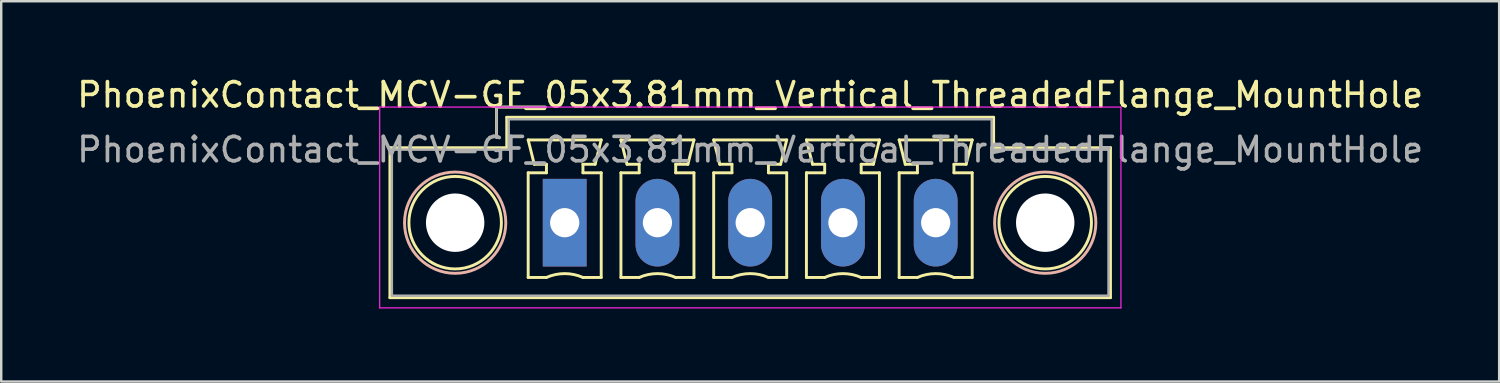
<source format=kicad_pcb>
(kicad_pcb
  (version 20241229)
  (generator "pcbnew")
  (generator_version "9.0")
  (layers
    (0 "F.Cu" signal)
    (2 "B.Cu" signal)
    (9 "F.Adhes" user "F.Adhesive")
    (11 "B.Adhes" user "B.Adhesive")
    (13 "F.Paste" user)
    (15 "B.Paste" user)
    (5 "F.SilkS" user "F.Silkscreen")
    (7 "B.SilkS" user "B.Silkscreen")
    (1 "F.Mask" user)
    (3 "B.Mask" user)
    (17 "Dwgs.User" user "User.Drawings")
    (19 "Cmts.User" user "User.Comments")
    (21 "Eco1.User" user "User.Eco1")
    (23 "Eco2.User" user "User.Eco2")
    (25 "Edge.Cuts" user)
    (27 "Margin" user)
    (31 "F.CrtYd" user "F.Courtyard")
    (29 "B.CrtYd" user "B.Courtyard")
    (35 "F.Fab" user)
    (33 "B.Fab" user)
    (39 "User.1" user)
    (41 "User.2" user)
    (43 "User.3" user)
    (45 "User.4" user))
  (footprint "PhoenixContact_MCV-GF_05x3.81mm_Vertical_ThreadedFlange_MountHole"
    (layer "F.Cu")
    (at 20.148 6.098)
    (property "Reference" "PhoenixContact_MCV-GF_05x3.81mm_Vertical_ThreadedFlange_MountHole" (at 7.62 -5.25 0) (layer "F.SilkS") (effects (font (size 1 1) (thickness 0.15))))
    (attr through_hole)
    (fp_line (start -7.18 -3.08) (end -7.18 3.08) (stroke (width 0.12) (type solid)) (layer "F.SilkS"))
    (fp_line (start -7.18 3.08) (end 22.42 3.08) (stroke (width 0.12) (type solid)) (layer "F.SilkS"))
    (fp_line (start -2.8 -4.75) (end -0.8 -4.75) (stroke (width 0.12) (type solid)) (layer "F.SilkS"))
    (fp_line (start -2.8 -3.5) (end -2.8 -4.75) (stroke (width 0.12) (type solid)) (layer "F.SilkS"))
    (fp_line (start -2.38 -4.33) (end -2.38 -3.08) (stroke (width 0.12) (type solid)) (layer "F.SilkS"))
    (fp_line (start -2.38 -3.08) (end -7.18 -3.08) (stroke (width 0.12) (type solid)) (layer "F.SilkS"))
    (fp_line (start -1.5 -3.4) (end 1.5 -3.4) (stroke (width 0.12) (type solid)) (layer "F.SilkS"))
    (fp_line (start -1.5 -2.05) (end -0.75 -2.05) (stroke (width 0.12) (type solid)) (layer "F.SilkS"))
    (fp_line (start -1.5 2.25) (end -1.5 -2.05) (stroke (width 0.12) (type solid)) (layer "F.SilkS"))
    (fp_line (start -1.25 -2.4) (end -1.5 -3.4) (stroke (width 0.12) (type solid)) (layer "F.SilkS"))
    (fp_line (start -0.75 -2.4) (end -1.25 -2.4) (stroke (width 0.12) (type solid)) (layer "F.SilkS"))
    (fp_line (start -0.75 -2.05) (end -0.75 -2.4) (stroke (width 0.12) (type solid)) (layer "F.SilkS"))
    (fp_line (start -0.75 2.25) (end -1.5 2.25) (stroke (width 0.12) (type solid)) (layer "F.SilkS"))
    (fp_line (start 0.75 -2.4) (end 0.75 -2.05) (stroke (width 0.12) (type solid)) (layer "F.SilkS"))
    (fp_line (start 0.75 -2.05) (end 1.5 -2.05) (stroke (width 0.12) (type solid)) (layer "F.SilkS"))
    (fp_line (start 1.25 -2.4) (end 0.75 -2.4) (stroke (width 0.12) (type solid)) (layer "F.SilkS"))
    (fp_line (start 1.5 -3.4) (end 1.25 -2.4) (stroke (width 0.12) (type solid)) (layer "F.SilkS"))
    (fp_line (start 1.5 -2.05) (end 1.5 2.25) (stroke (width 0.12) (type solid)) (layer "F.SilkS"))
    (fp_line (start 1.5 2.25) (end 0.75 2.25) (stroke (width 0.12) (type solid)) (layer "F.SilkS"))
    (fp_line (start 2.31 -3.4) (end 5.31 -3.4) (stroke (width 0.12) (type solid)) (layer "F.SilkS"))
    (fp_line (start 2.31 -2.05) (end 3.06 -2.05) (stroke (width 0.12) (type solid)) (layer "F.SilkS"))
    (fp_line (start 2.31 2.25) (end 2.31 -2.05) (stroke (width 0.12) (type solid)) (layer "F.SilkS"))
    (fp_line (start 2.56 -2.4) (end 2.31 -3.4) (stroke (width 0.12) (type solid)) (layer "F.SilkS"))
    (fp_line (start 3.06 -2.4) (end 2.56 -2.4) (stroke (width 0.12) (type solid)) (layer "F.SilkS"))
    (fp_line (start 3.06 -2.05) (end 3.06 -2.4) (stroke (width 0.12) (type solid)) (layer "F.SilkS"))
    (fp_line (start 3.06 2.25) (end 2.31 2.25) (stroke (width 0.12) (type solid)) (layer "F.SilkS"))
    (fp_line (start 4.56 -2.4) (end 4.56 -2.05) (stroke (width 0.12) (type solid)) (layer "F.SilkS"))
    (fp_line (start 4.56 -2.05) (end 5.31 -2.05) (stroke (width 0.12) (type solid)) (layer "F.SilkS"))
    (fp_line (start 5.06 -2.4) (end 4.56 -2.4) (stroke (width 0.12) (type solid)) (layer "F.SilkS"))
    (fp_line (start 5.31 -3.4) (end 5.06 -2.4) (stroke (width 0.12) (type solid)) (layer "F.SilkS"))
    (fp_line (start 5.31 -2.05) (end 5.31 2.25) (stroke (width 0.12) (type solid)) (layer "F.SilkS"))
    (fp_line (start 5.31 2.25) (end 4.56 2.25) (stroke (width 0.12) (type solid)) (layer "F.SilkS"))
    (fp_line (start 6.12 -3.4) (end 9.12 -3.4) (stroke (width 0.12) (type solid)) (layer "F.SilkS"))
    (fp_line (start 6.12 -2.05) (end 6.87 -2.05) (stroke (width 0.12) (type solid)) (layer "F.SilkS"))
    (fp_line (start 6.12 2.25) (end 6.12 -2.05) (stroke (width 0.12) (type solid)) (layer "F.SilkS"))
    (fp_line (start 6.37 -2.4) (end 6.12 -3.4) (stroke (width 0.12) (type solid)) (layer "F.SilkS"))
    (fp_line (start 6.87 -2.4) (end 6.37 -2.4) (stroke (width 0.12) (type solid)) (layer "F.SilkS"))
    (fp_line (start 6.87 -2.05) (end 6.87 -2.4) (stroke (width 0.12) (type solid)) (layer "F.SilkS"))
    (fp_line (start 6.87 2.25) (end 6.12 2.25) (stroke (width 0.12) (type solid)) (layer "F.SilkS"))
    (fp_line (start 8.37 -2.4) (end 8.37 -2.05) (stroke (width 0.12) (type solid)) (layer "F.SilkS"))
    (fp_line (start 8.37 -2.05) (end 9.12 -2.05) (stroke (width 0.12) (type solid)) (layer "F.SilkS"))
    (fp_line (start 8.87 -2.4) (end 8.37 -2.4) (stroke (width 0.12) (type solid)) (layer "F.SilkS"))
    (fp_line (start 9.12 -3.4) (end 8.87 -2.4) (stroke (width 0.12) (type solid)) (layer "F.SilkS"))
    (fp_line (start 9.12 -2.05) (end 9.12 2.25) (stroke (width 0.12) (type solid)) (layer "F.SilkS"))
    (fp_line (start 9.12 2.25) (end 8.37 2.25) (stroke (width 0.12) (type solid)) (layer "F.SilkS"))
    (fp_line (start 9.93 -3.4) (end 12.93 -3.4) (stroke (width 0.12) (type solid)) (layer "F.SilkS"))
    (fp_line (start 9.93 -2.05) (end 10.68 -2.05) (stroke (width 0.12) (type solid)) (layer "F.SilkS"))
    (fp_line (start 9.93 2.25) (end 9.93 -2.05) (stroke (width 0.12) (type solid)) (layer "F.SilkS"))
    (fp_line (start 10.18 -2.4) (end 9.93 -3.4) (stroke (width 0.12) (type solid)) (layer "F.SilkS"))
    (fp_line (start 10.68 -2.4) (end 10.18 -2.4) (stroke (width 0.12) (type solid)) (layer "F.SilkS"))
    (fp_line (start 10.68 -2.05) (end 10.68 -2.4) (stroke (width 0.12) (type solid)) (layer "F.SilkS"))
    (fp_line (start 10.68 2.25) (end 9.93 2.25) (stroke (width 0.12) (type solid)) (layer "F.SilkS"))
    (fp_line (start 12.18 -2.4) (end 12.18 -2.05) (stroke (width 0.12) (type solid)) (layer "F.SilkS"))
    (fp_line (start 12.18 -2.05) (end 12.93 -2.05) (stroke (width 0.12) (type solid)) (layer "F.SilkS"))
    (fp_line (start 12.68 -2.4) (end 12.18 -2.4) (stroke (width 0.12) (type solid)) (layer "F.SilkS"))
    (fp_line (start 12.93 -3.4) (end 12.68 -2.4) (stroke (width 0.12) (type solid)) (layer "F.SilkS"))
    (fp_line (start 12.93 -2.05) (end 12.93 2.25) (stroke (width 0.12) (type solid)) (layer "F.SilkS"))
    (fp_line (start 12.93 2.25) (end 12.18 2.25) (stroke (width 0.12) (type solid)) (layer "F.SilkS"))
    (fp_line (start 13.74 -3.4) (end 16.74 -3.4) (stroke (width 0.12) (type solid)) (layer "F.SilkS"))
    (fp_line (start 13.74 -2.05) (end 14.49 -2.05) (stroke (width 0.12) (type solid)) (layer "F.SilkS"))
    (fp_line (start 13.74 2.25) (end 13.74 -2.05) (stroke (width 0.12) (type solid)) (layer "F.SilkS"))
    (fp_line (start 13.99 -2.4) (end 13.74 -3.4) (stroke (width 0.12) (type solid)) (layer "F.SilkS"))
    (fp_line (start 14.49 -2.4) (end 13.99 -2.4) (stroke (width 0.12) (type solid)) (layer "F.SilkS"))
    (fp_line (start 14.49 -2.05) (end 14.49 -2.4) (stroke (width 0.12) (type solid)) (layer "F.SilkS"))
    (fp_line (start 14.49 2.25) (end 13.74 2.25) (stroke (width 0.12) (type solid)) (layer "F.SilkS"))
    (fp_line (start 15.99 -2.4) (end 15.99 -2.05) (stroke (width 0.12) (type solid)) (layer "F.SilkS"))
    (fp_line (start 15.99 -2.05) (end 16.74 -2.05) (stroke (width 0.12) (type solid)) (layer "F.SilkS"))
    (fp_line (start 16.49 -2.4) (end 15.99 -2.4) (stroke (width 0.12) (type solid)) (layer "F.SilkS"))
    (fp_line (start 16.74 -3.4) (end 16.49 -2.4) (stroke (width 0.12) (type solid)) (layer "F.SilkS"))
    (fp_line (start 16.74 -2.05) (end 16.74 2.25) (stroke (width 0.12) (type solid)) (layer "F.SilkS"))
    (fp_line (start 16.74 2.25) (end 15.99 2.25) (stroke (width 0.12) (type solid)) (layer "F.SilkS"))
    (fp_line (start 17.62 -4.33) (end -2.38 -4.33) (stroke (width 0.12) (type solid)) (layer "F.SilkS"))
    (fp_line (start 17.62 -3.08) (end 17.62 -4.33) (stroke (width 0.12) (type solid)) (layer "F.SilkS"))
    (fp_line (start 22.42 -3.08) (end 17.62 -3.08) (stroke (width 0.12) (type solid)) (layer "F.SilkS"))
    (fp_line (start 22.42 3.08) (end 22.42 -3.08) (stroke (width 0.12) (type solid)) (layer "F.SilkS"))
    (fp_arc (start -0.75 2.25) (mid -0.000193 2.09191) (end 0.749647 2.249844) (stroke (width 0.12) (type solid)) (layer "F.SilkS"))
    (fp_arc (start 3.06 2.25) (mid 3.809807 2.09191) (end 4.559647 2.249844) (stroke (width 0.12) (type solid)) (layer "F.SilkS"))
    (fp_arc (start 6.87 2.25) (mid 7.619807 2.09191) (end 8.369647 2.249844) (stroke (width 0.12) (type solid)) (layer "F.SilkS"))
    (fp_arc (start 10.68 2.25) (mid 11.429807 2.09191) (end 12.179647 2.249844) (stroke (width 0.12) (type solid)) (layer "F.SilkS"))
    (fp_arc (start 14.49 2.25) (mid 15.239807 2.09191) (end 15.989647 2.249844) (stroke (width 0.12) (type solid)) (layer "F.SilkS"))
    (fp_circle (center -4.5 0) (end -2.6 0) (stroke (width 0.12) (type solid)) (fill no) (layer "F.SilkS"))
    (fp_circle (center 19.74 0) (end 21.64 0) (stroke (width 0.12) (type solid)) (fill no) (layer "F.SilkS"))
    (fp_circle (center -4.5 0) (end -2.42 0) (stroke (width 0.12) (type solid)) (fill no) (layer "B.SilkS"))
    (fp_circle (center 19.74 0) (end 21.82 0) (stroke (width 0.12) (type solid)) (fill no) (layer "B.SilkS"))
    (fp_line (start -7.6 -4.75) (end -7.6 3.5) (stroke (width 0.05) (type solid)) (layer "F.CrtYd"))
    (fp_line (start -7.6 3.5) (end 22.85 3.5) (stroke (width 0.05) (type solid)) (layer "F.CrtYd"))
    (fp_line (start 22.85 -4.75) (end -7.6 -4.75) (stroke (width 0.05) (type solid)) (layer "F.CrtYd"))
    (fp_line (start 22.85 3.5) (end 22.85 -4.75) (stroke (width 0.05) (type solid)) (layer "F.CrtYd"))
    (fp_line (start -7.1 -3) (end -7.1 3) (stroke (width 0.1) (type solid)) (layer "F.Fab"))
    (fp_line (start -7.1 3) (end 22.34 3) (stroke (width 0.1) (type solid)) (layer "F.Fab"))
    (fp_line (start -2.8 -4.75) (end -0.8 -4.75) (stroke (width 0.1) (type solid)) (layer "F.Fab"))
    (fp_line (start -2.8 -3.5) (end -2.8 -4.75) (stroke (width 0.1) (type solid)) (layer "F.Fab"))
    (fp_line (start -2.3 -4.25) (end -2.3 -3) (stroke (width 0.1) (type solid)) (layer "F.Fab"))
    (fp_line (start -2.3 -3) (end -7.1 -3) (stroke (width 0.1) (type solid)) (layer "F.Fab"))
    (fp_line (start 17.54 -4.25) (end -2.3 -4.25) (stroke (width 0.1) (type solid)) (layer "F.Fab"))
    (fp_line (start 17.54 -3) (end 17.54 -4.25) (stroke (width 0.1) (type solid)) (layer "F.Fab"))
    (fp_line (start 22.34 -3) (end 17.54 -3) (stroke (width 0.1) (type solid)) (layer "F.Fab"))
    (fp_line (start 22.34 3) (end 22.34 -3) (stroke (width 0.1) (type solid)) (layer "F.Fab"))
    (fp_text user "${REFERENCE}" (at 7.62 -3 0) (layer "F.Fab") (effects (font (size 1 1) (thickness 0.15))))
    (pad "" np_thru_hole circle (at -4.5 0) (size 2.4 2.4) (drill 2.4) (layers "*.Cu" "*.Mask"))
    (pad "" np_thru_hole circle (at 19.74 0) (size 2.4 2.4) (drill 2.4) (layers "*.Cu" "*.Mask"))
    (pad "1" thru_hole rect (at 0 0) (size 1.8 3.6) (drill 1.2) (layers "*.Cu" "*.Mask"))
    (pad "2" thru_hole oval (at 3.81 0) (size 1.8 3.6) (drill 1.2) (layers "*.Cu" "*.Mask"))
    (pad "3" thru_hole oval (at 7.62 0) (size 1.8 3.6) (drill 1.2) (layers "*.Cu" "*.Mask"))
    (pad "4" thru_hole oval (at 11.43 0) (size 1.8 3.6) (drill 1.2) (layers "*.Cu" "*.Mask"))
    (pad "5" thru_hole oval (at 15.24 0) (size 1.8 3.6) (drill 1.2) (layers "*.Cu" "*.Mask")))
  (gr_rect
    (start -3 -3)
    (end 58.536 12.623)
    (stroke (width 0.1) (type default))
    (fill no)
    (layer "Edge.Cuts")))
</source>
